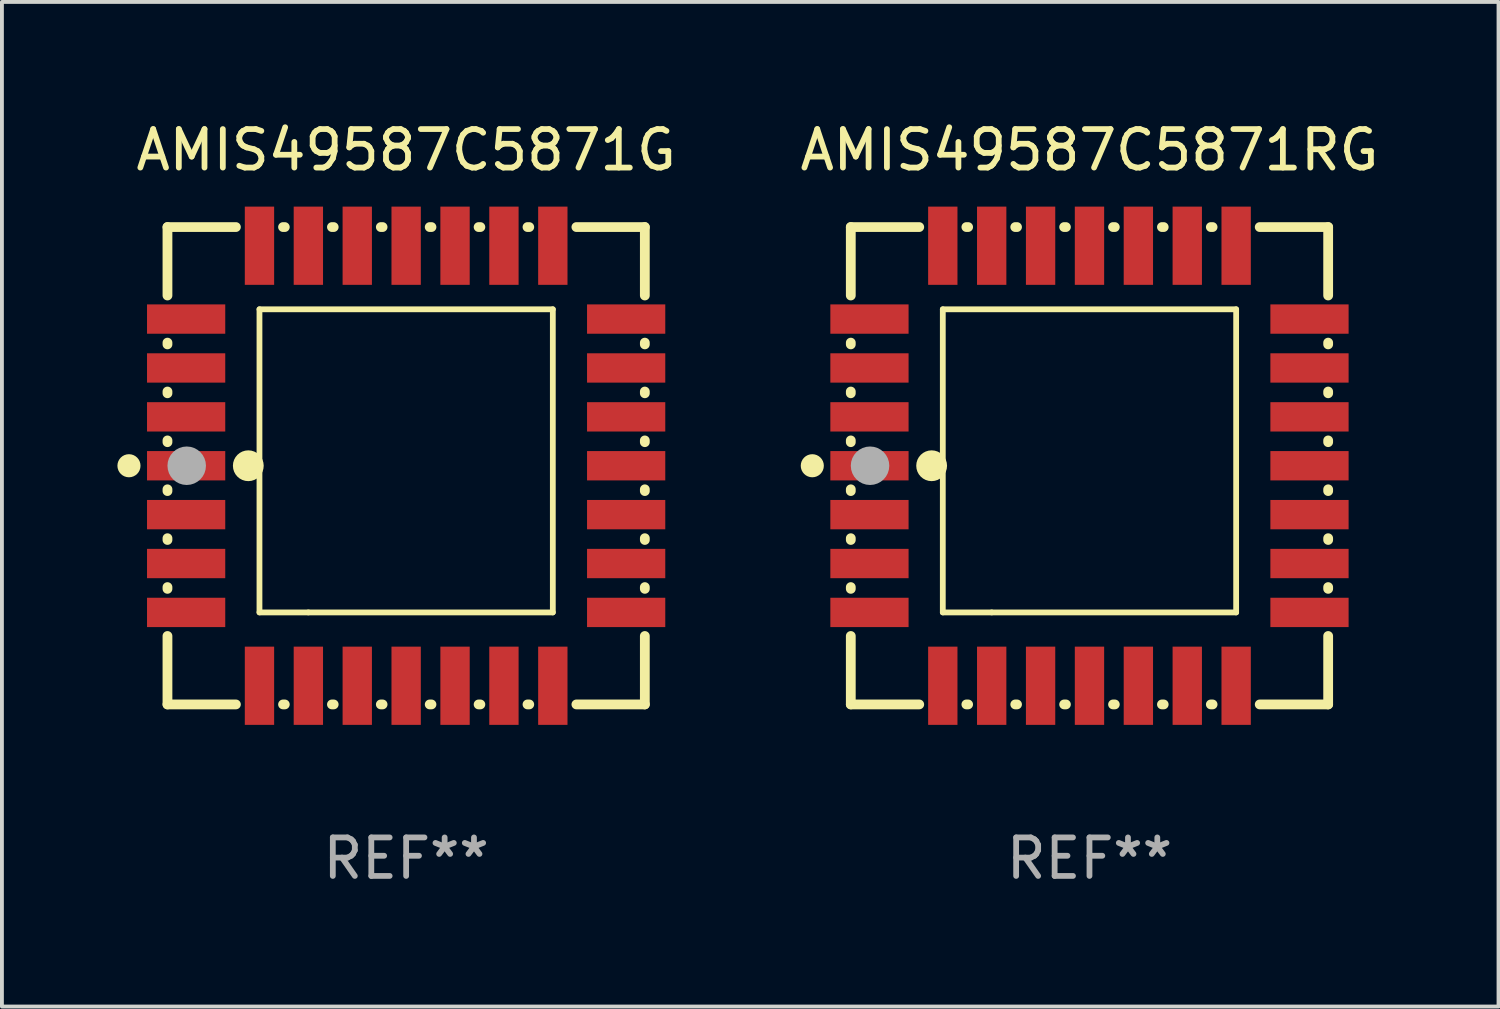
<source format=kicad_pcb>
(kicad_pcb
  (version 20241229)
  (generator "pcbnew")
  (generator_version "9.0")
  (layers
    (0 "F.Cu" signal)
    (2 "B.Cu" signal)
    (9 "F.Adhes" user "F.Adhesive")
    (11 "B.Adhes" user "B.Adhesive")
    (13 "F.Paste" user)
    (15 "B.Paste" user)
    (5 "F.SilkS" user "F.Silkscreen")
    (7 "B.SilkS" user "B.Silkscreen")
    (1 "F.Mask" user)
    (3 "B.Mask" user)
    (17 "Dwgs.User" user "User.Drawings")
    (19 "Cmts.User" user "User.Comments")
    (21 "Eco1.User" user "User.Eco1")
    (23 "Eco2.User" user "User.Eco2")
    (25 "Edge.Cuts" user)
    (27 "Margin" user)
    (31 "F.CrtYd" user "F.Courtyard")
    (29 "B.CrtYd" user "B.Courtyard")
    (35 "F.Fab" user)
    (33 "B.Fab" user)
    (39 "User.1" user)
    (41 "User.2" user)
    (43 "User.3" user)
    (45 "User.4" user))
  (footprint "AMIS49587C5871G"
    (layer "F.Cu")
    (at 7.5 9.048)
    (property "Reference" "AMIS49587C5871G" (at 0 -8.2 0) (layer "F.SilkS") (effects (font (size 1 1) (thickness 0.15))))
    (attr through_hole)
    (fp_line (start -6.2 -6.2) (end -4.422 -6.2) (stroke (width 0.254) (type solid)) (layer "F.SilkS"))
    (fp_line (start -6.2 -4.422) (end -6.2 -6.2) (stroke (width 0.254) (type solid)) (layer "F.SilkS"))
    (fp_line (start -6.2 -3.152) (end -6.2 -3.198) (stroke (width 0.254) (type solid)) (layer "F.SilkS"))
    (fp_line (start -6.2 -1.882) (end -6.2 -1.928) (stroke (width 0.254) (type solid)) (layer "F.SilkS"))
    (fp_line (start -6.2 -0.612) (end -6.2 -0.658) (stroke (width 0.254) (type solid)) (layer "F.SilkS"))
    (fp_line (start -6.2 0.658) (end -6.2 0.612) (stroke (width 0.254) (type solid)) (layer "F.SilkS"))
    (fp_line (start -6.2 1.928) (end -6.2 1.882) (stroke (width 0.254) (type solid)) (layer "F.SilkS"))
    (fp_line (start -6.2 3.198) (end -6.2 3.152) (stroke (width 0.254) (type solid)) (layer "F.SilkS"))
    (fp_line (start -6.2 6.2) (end -6.2 4.422) (stroke (width 0.254) (type solid)) (layer "F.SilkS"))
    (fp_line (start -4.422 6.2) (end -6.2 6.2) (stroke (width 0.254) (type solid)) (layer "F.SilkS"))
    (fp_line (start -3.81 -4.064) (end 3.81 -4.064) (stroke (width 0.15) (type solid)) (layer "F.SilkS"))
    (fp_line (start -3.81 3.81) (end -3.81 -4.064) (stroke (width 0.15) (type solid)) (layer "F.SilkS"))
    (fp_line (start -3.198 -6.2) (end -3.152 -6.2) (stroke (width 0.254) (type solid)) (layer "F.SilkS"))
    (fp_line (start -3.152 6.2) (end -3.198 6.2) (stroke (width 0.254) (type solid)) (layer "F.SilkS"))
    (fp_line (start -2.54 3.81) (end -3.81 3.81) (stroke (width 0.15) (type solid)) (layer "F.SilkS"))
    (fp_line (start -1.928 -6.2) (end -1.882 -6.2) (stroke (width 0.254) (type solid)) (layer "F.SilkS"))
    (fp_line (start -1.882 6.2) (end -1.928 6.2) (stroke (width 0.254) (type solid)) (layer "F.SilkS"))
    (fp_line (start -0.658 -6.2) (end -0.612 -6.2) (stroke (width 0.254) (type solid)) (layer "F.SilkS"))
    (fp_line (start -0.612 6.2) (end -0.658 6.2) (stroke (width 0.254) (type solid)) (layer "F.SilkS"))
    (fp_line (start 0.612 -6.2) (end 0.658 -6.2) (stroke (width 0.254) (type solid)) (layer "F.SilkS"))
    (fp_line (start 0.658 6.2) (end 0.612 6.2) (stroke (width 0.254) (type solid)) (layer "F.SilkS"))
    (fp_line (start 1.882 -6.2) (end 1.928 -6.2) (stroke (width 0.254) (type solid)) (layer "F.SilkS"))
    (fp_line (start 1.928 6.2) (end 1.882 6.2) (stroke (width 0.254) (type solid)) (layer "F.SilkS"))
    (fp_line (start 3.152 -6.2) (end 3.198 -6.2) (stroke (width 0.254) (type solid)) (layer "F.SilkS"))
    (fp_line (start 3.198 6.2) (end 3.152 6.2) (stroke (width 0.254) (type solid)) (layer "F.SilkS"))
    (fp_line (start 3.81 -4.064) (end 3.81 3.81) (stroke (width 0.15) (type solid)) (layer "F.SilkS"))
    (fp_line (start 3.81 3.81) (end -2.54 3.81) (stroke (width 0.15) (type solid)) (layer "F.SilkS"))
    (fp_line (start 4.422 -6.2) (end 6.2 -6.2) (stroke (width 0.254) (type solid)) (layer "F.SilkS"))
    (fp_line (start 6.2 -6.2) (end 6.2 -4.422) (stroke (width 0.254) (type solid)) (layer "F.SilkS"))
    (fp_line (start 6.2 -3.198) (end 6.2 -3.152) (stroke (width 0.254) (type solid)) (layer "F.SilkS"))
    (fp_line (start 6.2 -1.928) (end 6.2 -1.882) (stroke (width 0.254) (type solid)) (layer "F.SilkS"))
    (fp_line (start 6.2 -0.658) (end 6.2 -0.612) (stroke (width 0.254) (type solid)) (layer "F.SilkS"))
    (fp_line (start 6.2 0.612) (end 6.2 0.658) (stroke (width 0.254) (type solid)) (layer "F.SilkS"))
    (fp_line (start 6.2 1.882) (end 6.2 1.928) (stroke (width 0.254) (type solid)) (layer "F.SilkS"))
    (fp_line (start 6.2 3.152) (end 6.2 3.198) (stroke (width 0.254) (type solid)) (layer "F.SilkS"))
    (fp_line (start 6.2 4.422) (end 6.2 6.2) (stroke (width 0.254) (type solid)) (layer "F.SilkS"))
    (fp_line (start 6.2 6.2) (end 4.422 6.2) (stroke (width 0.254) (type solid)) (layer "F.SilkS"))
    (fp_circle (center -7.2 0) (end -7.05 0) (stroke (width 0.3) (type solid)) (fill no) (layer "F.SilkS"))
    (fp_circle (center -6.223 6.223) (end -6.193 6.223) (stroke (width 0.06) (type solid)) (fill no) (layer "F.SilkS"))
    (fp_circle (center -4.1 0) (end -3.9 0) (stroke (width 0.4) (type solid)) (fill no) (layer "F.SilkS"))
    (fp_circle (center -5.7 0) (end -5.45 0) (stroke (width 0.5) (type solid)) (fill no) (layer "F.Fab"))
    (fp_text user "REF**" (at 0 10.2 0) (layer "F.Fab") (effects (font (size 1 1) (thickness 0.15))))
    (pad "1" smd rect (at -5.715 0) (size 2.032 0.762) (layers "F.Cu" "F.Mask" "F.Paste"))
    (pad "2" smd rect (at -5.715 1.27) (size 2.032 0.762) (layers "F.Cu" "F.Mask" "F.Paste"))
    (pad "3" smd rect (at -5.715 2.54) (size 2.032 0.762) (layers "F.Cu" "F.Mask" "F.Paste"))
    (pad "4" smd rect (at -5.715 3.81) (size 2.032 0.762) (layers "F.Cu" "F.Mask" "F.Paste"))
    (pad "5" smd rect (at -3.81 5.715) (size 0.762 2.032) (layers "F.Cu" "F.Mask" "F.Paste"))
    (pad "6" smd rect (at -2.54 5.715) (size 0.762 2.032) (layers "F.Cu" "F.Mask" "F.Paste"))
    (pad "7" smd rect (at -1.27 5.715) (size 0.762 2.032) (layers "F.Cu" "F.Mask" "F.Paste"))
    (pad "8" smd rect (at 0 5.715) (size 0.762 2.032) (layers "F.Cu" "F.Mask" "F.Paste"))
    (pad "9" smd rect (at 1.27 5.715) (size 0.762 2.032) (layers "F.Cu" "F.Mask" "F.Paste"))
    (pad "10" smd rect (at 2.54 5.715) (size 0.762 2.032) (layers "F.Cu" "F.Mask" "F.Paste"))
    (pad "11" smd rect (at 3.81 5.715) (size 0.762 2.032) (layers "F.Cu" "F.Mask" "F.Paste"))
    (pad "12" smd rect (at 5.715 3.81) (size 2.032 0.762) (layers "F.Cu" "F.Mask" "F.Paste"))
    (pad "13" smd rect (at 5.715 2.54) (size 2.032 0.762) (layers "F.Cu" "F.Mask" "F.Paste"))
    (pad "14" smd rect (at 5.715 1.27) (size 2.032 0.762) (layers "F.Cu" "F.Mask" "F.Paste"))
    (pad "15" smd rect (at 5.715 0) (size 2.032 0.762) (layers "F.Cu" "F.Mask" "F.Paste"))
    (pad "16" smd rect (at 5.715 -1.27) (size 2.032 0.762) (layers "F.Cu" "F.Mask" "F.Paste"))
    (pad "17" smd rect (at 5.715 -2.54) (size 2.032 0.762) (layers "F.Cu" "F.Mask" "F.Paste"))
    (pad "18" smd rect (at 5.715 -3.81) (size 2.032 0.762) (layers "F.Cu" "F.Mask" "F.Paste"))
    (pad "19" smd rect (at 3.81 -5.715) (size 0.762 2.032) (layers "F.Cu" "F.Mask" "F.Paste"))
    (pad "20" smd rect (at 2.54 -5.715) (size 0.762 2.032) (layers "F.Cu" "F.Mask" "F.Paste"))
    (pad "21" smd rect (at 1.27 -5.715) (size 0.762 2.032) (layers "F.Cu" "F.Mask" "F.Paste"))
    (pad "22" smd rect (at 0 -5.715) (size 0.762 2.032) (layers "F.Cu" "F.Mask" "F.Paste"))
    (pad "23" smd rect (at -1.27 -5.715) (size 0.762 2.032) (layers "F.Cu" "F.Mask" "F.Paste"))
    (pad "24" smd rect (at -2.54 -5.715) (size 0.762 2.032) (layers "F.Cu" "F.Mask" "F.Paste"))
    (pad "25" smd rect (at -3.81 -5.715) (size 0.762 2.032) (layers "F.Cu" "F.Mask" "F.Paste"))
    (pad "26" smd rect (at -5.715 -3.81) (size 2.032 0.762) (layers "F.Cu" "F.Mask" "F.Paste"))
    (pad "27" smd rect (at -5.715 -2.54) (size 2.032 0.762) (layers "F.Cu" "F.Mask" "F.Paste"))
    (pad "28" smd rect (at -5.715 -1.27) (size 2.032 0.762) (layers "F.Cu" "F.Mask" "F.Paste")))
  (footprint "AMIS49587C5871RG"
    (layer "F.Cu")
    (at 25.25 9.048)
    (property "Reference" "AMIS49587C5871RG" (at 0 -8.2 0) (layer "F.SilkS") (effects (font (size 1 1) (thickness 0.15))))
    (attr through_hole)
    (fp_line (start -6.2 -6.2) (end -4.422 -6.2) (stroke (width 0.254) (type solid)) (layer "F.SilkS"))
    (fp_line (start -6.2 -4.422) (end -6.2 -6.2) (stroke (width 0.254) (type solid)) (layer "F.SilkS"))
    (fp_line (start -6.2 -3.152) (end -6.2 -3.198) (stroke (width 0.254) (type solid)) (layer "F.SilkS"))
    (fp_line (start -6.2 -1.882) (end -6.2 -1.928) (stroke (width 0.254) (type solid)) (layer "F.SilkS"))
    (fp_line (start -6.2 -0.612) (end -6.2 -0.658) (stroke (width 0.254) (type solid)) (layer "F.SilkS"))
    (fp_line (start -6.2 0.658) (end -6.2 0.612) (stroke (width 0.254) (type solid)) (layer "F.SilkS"))
    (fp_line (start -6.2 1.928) (end -6.2 1.882) (stroke (width 0.254) (type solid)) (layer "F.SilkS"))
    (fp_line (start -6.2 3.198) (end -6.2 3.152) (stroke (width 0.254) (type solid)) (layer "F.SilkS"))
    (fp_line (start -6.2 6.2) (end -6.2 4.422) (stroke (width 0.254) (type solid)) (layer "F.SilkS"))
    (fp_line (start -4.422 6.2) (end -6.2 6.2) (stroke (width 0.254) (type solid)) (layer "F.SilkS"))
    (fp_line (start -3.81 -4.064) (end 3.81 -4.064) (stroke (width 0.15) (type solid)) (layer "F.SilkS"))
    (fp_line (start -3.81 3.81) (end -3.81 -4.064) (stroke (width 0.15) (type solid)) (layer "F.SilkS"))
    (fp_line (start -3.198 -6.2) (end -3.152 -6.2) (stroke (width 0.254) (type solid)) (layer "F.SilkS"))
    (fp_line (start -3.152 6.2) (end -3.198 6.2) (stroke (width 0.254) (type solid)) (layer "F.SilkS"))
    (fp_line (start -2.54 3.81) (end -3.81 3.81) (stroke (width 0.15) (type solid)) (layer "F.SilkS"))
    (fp_line (start -1.928 -6.2) (end -1.882 -6.2) (stroke (width 0.254) (type solid)) (layer "F.SilkS"))
    (fp_line (start -1.882 6.2) (end -1.928 6.2) (stroke (width 0.254) (type solid)) (layer "F.SilkS"))
    (fp_line (start -0.658 -6.2) (end -0.612 -6.2) (stroke (width 0.254) (type solid)) (layer "F.SilkS"))
    (fp_line (start -0.612 6.2) (end -0.658 6.2) (stroke (width 0.254) (type solid)) (layer "F.SilkS"))
    (fp_line (start 0.612 -6.2) (end 0.658 -6.2) (stroke (width 0.254) (type solid)) (layer "F.SilkS"))
    (fp_line (start 0.658 6.2) (end 0.612 6.2) (stroke (width 0.254) (type solid)) (layer "F.SilkS"))
    (fp_line (start 1.882 -6.2) (end 1.928 -6.2) (stroke (width 0.254) (type solid)) (layer "F.SilkS"))
    (fp_line (start 1.928 6.2) (end 1.882 6.2) (stroke (width 0.254) (type solid)) (layer "F.SilkS"))
    (fp_line (start 3.152 -6.2) (end 3.198 -6.2) (stroke (width 0.254) (type solid)) (layer "F.SilkS"))
    (fp_line (start 3.198 6.2) (end 3.152 6.2) (stroke (width 0.254) (type solid)) (layer "F.SilkS"))
    (fp_line (start 3.81 -4.064) (end 3.81 3.81) (stroke (width 0.15) (type solid)) (layer "F.SilkS"))
    (fp_line (start 3.81 3.81) (end -2.54 3.81) (stroke (width 0.15) (type solid)) (layer "F.SilkS"))
    (fp_line (start 4.422 -6.2) (end 6.2 -6.2) (stroke (width 0.254) (type solid)) (layer "F.SilkS"))
    (fp_line (start 6.2 -6.2) (end 6.2 -4.422) (stroke (width 0.254) (type solid)) (layer "F.SilkS"))
    (fp_line (start 6.2 -3.198) (end 6.2 -3.152) (stroke (width 0.254) (type solid)) (layer "F.SilkS"))
    (fp_line (start 6.2 -1.928) (end 6.2 -1.882) (stroke (width 0.254) (type solid)) (layer "F.SilkS"))
    (fp_line (start 6.2 -0.658) (end 6.2 -0.612) (stroke (width 0.254) (type solid)) (layer "F.SilkS"))
    (fp_line (start 6.2 0.612) (end 6.2 0.658) (stroke (width 0.254) (type solid)) (layer "F.SilkS"))
    (fp_line (start 6.2 1.882) (end 6.2 1.928) (stroke (width 0.254) (type solid)) (layer "F.SilkS"))
    (fp_line (start 6.2 3.152) (end 6.2 3.198) (stroke (width 0.254) (type solid)) (layer "F.SilkS"))
    (fp_line (start 6.2 4.422) (end 6.2 6.2) (stroke (width 0.254) (type solid)) (layer "F.SilkS"))
    (fp_line (start 6.2 6.2) (end 4.422 6.2) (stroke (width 0.254) (type solid)) (layer "F.SilkS"))
    (fp_circle (center -7.2 0) (end -7.05 0) (stroke (width 0.3) (type solid)) (fill no) (layer "F.SilkS"))
    (fp_circle (center -6.223 6.223) (end -6.193 6.223) (stroke (width 0.06) (type solid)) (fill no) (layer "F.SilkS"))
    (fp_circle (center -4.1 0) (end -3.9 0) (stroke (width 0.4) (type solid)) (fill no) (layer "F.SilkS"))
    (fp_circle (center -5.7 0) (end -5.45 0) (stroke (width 0.5) (type solid)) (fill no) (layer "F.Fab"))
    (fp_text user "REF**" (at 0 10.2 0) (layer "F.Fab") (effects (font (size 1 1) (thickness 0.15))))
    (pad "1" smd rect (at -5.715 0) (size 2.032 0.762) (layers "F.Cu" "F.Mask" "F.Paste"))
    (pad "2" smd rect (at -5.715 1.27) (size 2.032 0.762) (layers "F.Cu" "F.Mask" "F.Paste"))
    (pad "3" smd rect (at -5.715 2.54) (size 2.032 0.762) (layers "F.Cu" "F.Mask" "F.Paste"))
    (pad "4" smd rect (at -5.715 3.81) (size 2.032 0.762) (layers "F.Cu" "F.Mask" "F.Paste"))
    (pad "5" smd rect (at -3.81 5.715) (size 0.762 2.032) (layers "F.Cu" "F.Mask" "F.Paste"))
    (pad "6" smd rect (at -2.54 5.715) (size 0.762 2.032) (layers "F.Cu" "F.Mask" "F.Paste"))
    (pad "7" smd rect (at -1.27 5.715) (size 0.762 2.032) (layers "F.Cu" "F.Mask" "F.Paste"))
    (pad "8" smd rect (at 0 5.715) (size 0.762 2.032) (layers "F.Cu" "F.Mask" "F.Paste"))
    (pad "9" smd rect (at 1.27 5.715) (size 0.762 2.032) (layers "F.Cu" "F.Mask" "F.Paste"))
    (pad "10" smd rect (at 2.54 5.715) (size 0.762 2.032) (layers "F.Cu" "F.Mask" "F.Paste"))
    (pad "11" smd rect (at 3.81 5.715) (size 0.762 2.032) (layers "F.Cu" "F.Mask" "F.Paste"))
    (pad "12" smd rect (at 5.715 3.81) (size 2.032 0.762) (layers "F.Cu" "F.Mask" "F.Paste"))
    (pad "13" smd rect (at 5.715 2.54) (size 2.032 0.762) (layers "F.Cu" "F.Mask" "F.Paste"))
    (pad "14" smd rect (at 5.715 1.27) (size 2.032 0.762) (layers "F.Cu" "F.Mask" "F.Paste"))
    (pad "15" smd rect (at 5.715 0) (size 2.032 0.762) (layers "F.Cu" "F.Mask" "F.Paste"))
    (pad "16" smd rect (at 5.715 -1.27) (size 2.032 0.762) (layers "F.Cu" "F.Mask" "F.Paste"))
    (pad "17" smd rect (at 5.715 -2.54) (size 2.032 0.762) (layers "F.Cu" "F.Mask" "F.Paste"))
    (pad "18" smd rect (at 5.715 -3.81) (size 2.032 0.762) (layers "F.Cu" "F.Mask" "F.Paste"))
    (pad "19" smd rect (at 3.81 -5.715) (size 0.762 2.032) (layers "F.Cu" "F.Mask" "F.Paste"))
    (pad "20" smd rect (at 2.54 -5.715) (size 0.762 2.032) (layers "F.Cu" "F.Mask" "F.Paste"))
    (pad "21" smd rect (at 1.27 -5.715) (size 0.762 2.032) (layers "F.Cu" "F.Mask" "F.Paste"))
    (pad "22" smd rect (at 0 -5.715) (size 0.762 2.032) (layers "F.Cu" "F.Mask" "F.Paste"))
    (pad "23" smd rect (at -1.27 -5.715) (size 0.762 2.032) (layers "F.Cu" "F.Mask" "F.Paste"))
    (pad "24" smd rect (at -2.54 -5.715) (size 0.762 2.032) (layers "F.Cu" "F.Mask" "F.Paste"))
    (pad "25" smd rect (at -3.81 -5.715) (size 0.762 2.032) (layers "F.Cu" "F.Mask" "F.Paste"))
    (pad "26" smd rect (at -5.715 -3.81) (size 2.032 0.762) (layers "F.Cu" "F.Mask" "F.Paste"))
    (pad "27" smd rect (at -5.715 -2.54) (size 2.032 0.762) (layers "F.Cu" "F.Mask" "F.Paste"))
    (pad "28" smd rect (at -5.715 -1.27) (size 2.032 0.762) (layers "F.Cu" "F.Mask" "F.Paste")))
  (gr_rect
    (start -3 -3)
    (end 35.875 23.096)
    (stroke (width 0.1) (type default))
    (fill no)
    (layer "Edge.Cuts")))
</source>
